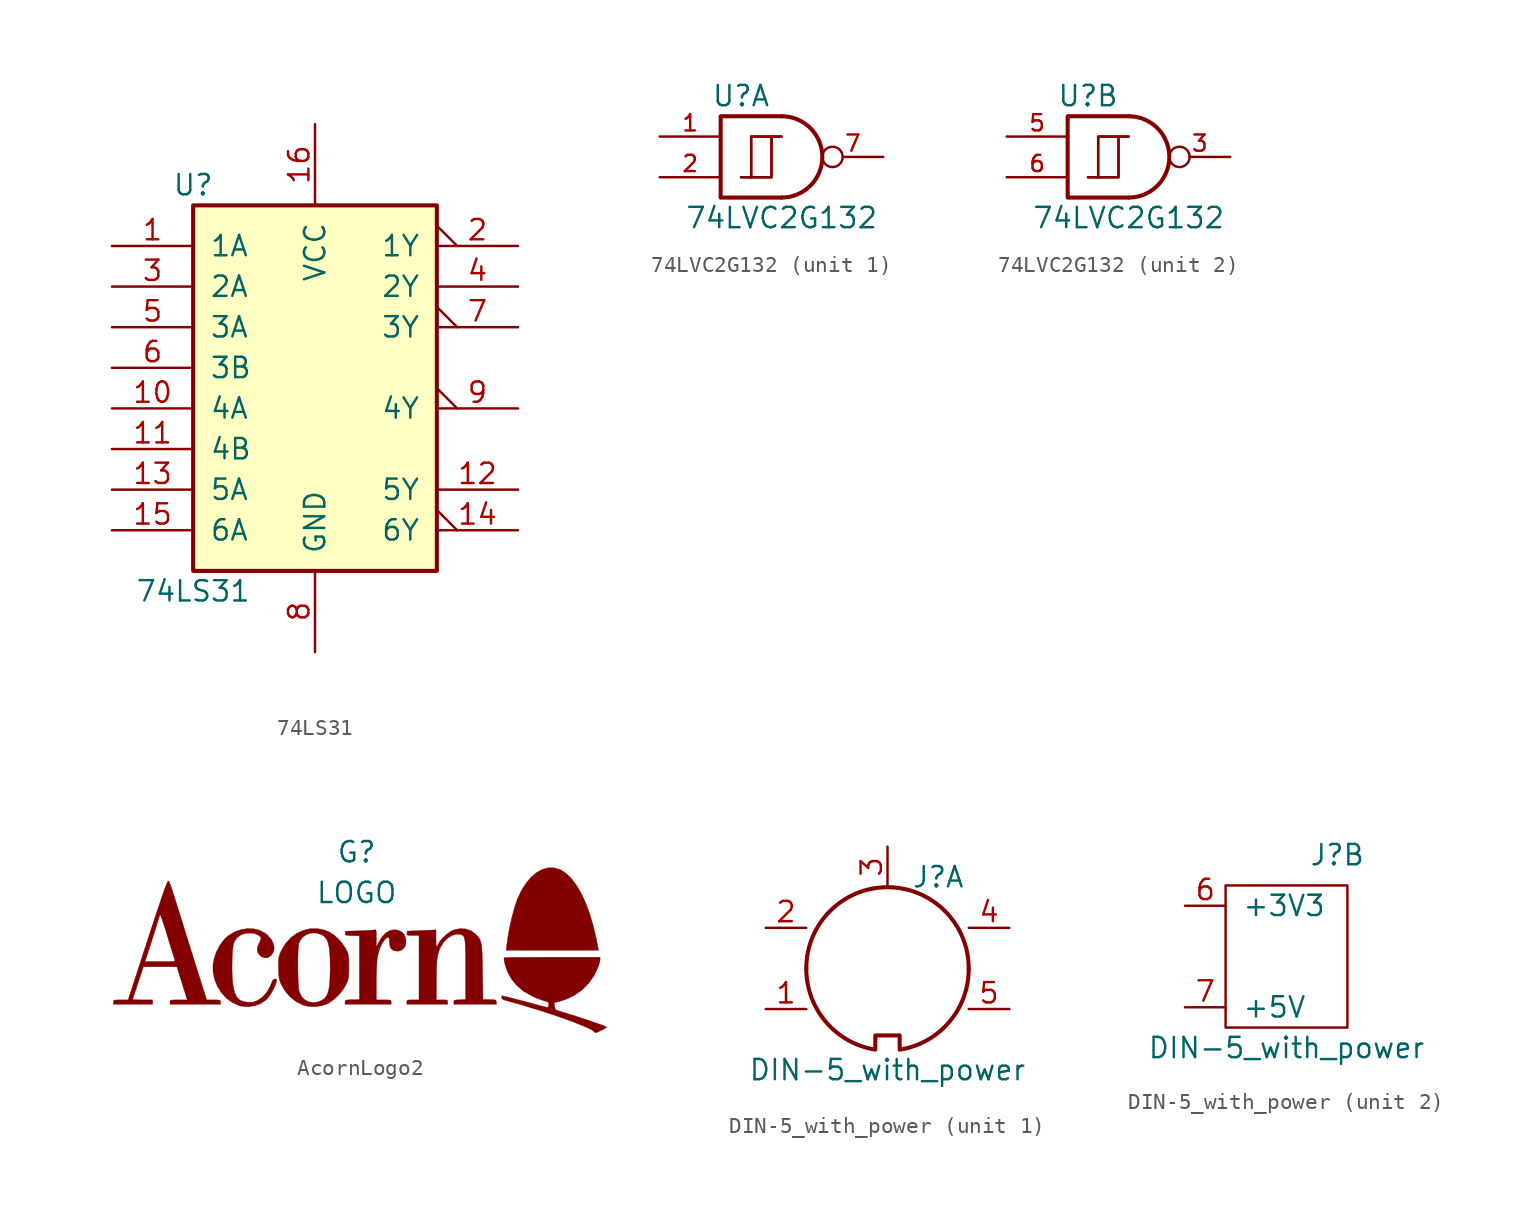
<source format=kicad_sym>
(kicad_symbol_lib
  (version 20220914)
  (generator kicad_symbol_editor)
  (symbol "74LS31"
    (pin_names
      (offset 1.016))
    (property "Reference" "U"
      (at -7.62 11.43 0)
      (effects (font (size 1.27 1.27))))
    (property "Value" "74LS31"
      (at -7.62 -13.97 0)
      (effects (font (size 1.27 1.27))))
    (symbol "74LS31_1_0"
      (pin input line (at -12.7 7.62 0) (length 5.08) (name "1A" (effects (font (size 1.27 1.27)))) (number "1" (effects (font (size 1.27 1.27)))))
      (pin input line (at -12.7 -2.54 0) (length 5.08) (name "4A" (effects (font (size 1.27 1.27)))) (number "10" (effects (font (size 1.27 1.27)))))
      (pin input line (at -12.7 -5.08 0) (length 5.08) (name "4B" (effects (font (size 1.27 1.27)))) (number "11" (effects (font (size 1.27 1.27)))))
      (pin output line (at 12.7 -7.62 180) (length 5.08) (name "5Y" (effects (font (size 1.27 1.27)))) (number "12" (effects (font (size 1.27 1.27)))))
      (pin input line (at -12.7 -7.62 0) (length 5.08) (name "5A" (effects (font (size 1.27 1.27)))) (number "13" (effects (font (size 1.27 1.27)))))
      (pin output output_low (at 12.7 -10.16 180) (length 5.08) (name "6Y" (effects (font (size 1.27 1.27)))) (number "14" (effects (font (size 1.27 1.27)))))
      (pin input line (at -12.7 -10.16 0) (length 5.08) (name "6A" (effects (font (size 1.27 1.27)))) (number "15" (effects (font (size 1.27 1.27)))))
      (pin power_in line (at 0 15.24 270) (length 5.08) (name "VCC" (effects (font (size 1.27 1.27)))) (number "16" (effects (font (size 1.27 1.27)))))
      (pin output output_low (at 12.7 7.62 180) (length 5.08) (name "1Y" (effects (font (size 1.27 1.27)))) (number "2" (effects (font (size 1.27 1.27)))))
      (pin input line (at -12.7 5.08 0) (length 5.08) (name "2A" (effects (font (size 1.27 1.27)))) (number "3" (effects (font (size 1.27 1.27)))))
      (pin output line (at 12.7 5.08 180) (length 5.08) (name "2Y" (effects (font (size 1.27 1.27)))) (number "4" (effects (font (size 1.27 1.27)))))
      (pin input line (at -12.7 2.54 0) (length 5.08) (name "3A" (effects (font (size 1.27 1.27)))) (number "5" (effects (font (size 1.27 1.27)))))
      (pin input line (at -12.7 0 0) (length 5.08) (name "3B" (effects (font (size 1.27 1.27)))) (number "6" (effects (font (size 1.27 1.27)))))
      (pin output output_low (at 12.7 2.54 180) (length 5.08) (name "3Y" (effects (font (size 1.27 1.27)))) (number "7" (effects (font (size 1.27 1.27)))))
      (pin power_in line (at 0 -17.78 90) (length 5.08) (name "GND" (effects (font (size 1.27 1.27)))) (number "8" (effects (font (size 1.27 1.27)))))
      (pin output output_low (at 12.7 -2.54 180) (length 5.08) (name "4Y" (effects (font (size 1.27 1.27)))) (number "9" (effects (font (size 1.27 1.27))))))
    (symbol "74LS31_1_1"
      (rectangle (start -7.62 10.16) (end 7.62 -12.7) (stroke (width 0.254) (type default)) (fill (type background)))))
  (symbol "74LVC2G132"
    (pin_names
      (offset 1.016))
    (property "Reference" "U"
      (at -2.54 3.81 0)
      (effects (font (size 1.27 1.27))))
    (property "Value" "74LVC2G132"
      (at 0 -3.81 0)
      (effects (font (size 1.27 1.27))))
    (symbol "74LVC2G132_0_1"
      (arc (start 0 -2.54) (mid 2.529 0) (end 0 2.54) (stroke (width 0.254) (type default)) (fill (type none)))
      (polyline (pts (xy 0 -2.54) (xy -3.81 -2.54) (xy -3.81 2.54) (xy 0 2.54)) (stroke (width 0.254) (type default)) (fill (type none)))
      (pin power_in line (at 0 -2.54 270) (length 0) hide (name "GND" (effects (font (size 1.016 1.016)))) (number "4" (effects (font (size 1.016 1.016)))))
      (pin power_in line (at 0 2.54 90) (length 0) hide (name "VCC" (effects (font (size 1.016 1.016)))) (number "8" (effects (font (size 1.016 1.016))))))
    (symbol "74LVC2G132_1_1"
      (polyline (pts (xy -1.905 -1.27) (xy -1.905 1.27) (xy -0.635 1.27)) (stroke (width 0) (type default)) (fill (type none)))
      (polyline (pts (xy -1.905 -1.27) (xy -1.905 1.27) (xy -0.635 1.27)) (stroke (width 0) (type default)) (fill (type none)))
      (polyline (pts (xy -2.54 -1.27) (xy -0.635 -1.27) (xy -0.635 1.27) (xy 0 1.27)) (stroke (width 0) (type default)) (fill (type none)))
      (polyline (pts (xy -2.54 -1.27) (xy -0.635 -1.27) (xy -0.635 1.27) (xy 0 1.27)) (stroke (width 0) (type default)) (fill (type none)))
      (pin input line (at -7.62 1.27 0) (length 3.81) (name "~" (effects (font (size 1.016 1.016)))) (number "1" (effects (font (size 1.016 1.016)))))
      (pin input line (at -7.62 -1.27 0) (length 3.81) (name "~" (effects (font (size 1.016 1.016)))) (number "2" (effects (font (size 1.016 1.016)))))
      (pin output inverted (at 6.35 0 180) (length 3.81) (name "~" (effects (font (size 1.016 1.016)))) (number "7" (effects (font (size 1.016 1.016))))))
    (symbol "74LVC2G132_2_1"
      (polyline (pts (xy -1.905 -1.27) (xy -1.905 1.27) (xy -0.635 1.27)) (stroke (width 0) (type default)) (fill (type none)))
      (polyline (pts (xy -1.905 -1.27) (xy -1.905 1.27) (xy -0.635 1.27)) (stroke (width 0) (type default)) (fill (type none)))
      (polyline (pts (xy -2.54 -1.27) (xy -0.635 -1.27) (xy -0.635 1.27) (xy 0 1.27)) (stroke (width 0) (type default)) (fill (type none)))
      (polyline (pts (xy -2.54 -1.27) (xy -0.635 -1.27) (xy -0.635 1.27) (xy 0 1.27)) (stroke (width 0) (type default)) (fill (type none)))
      (pin output inverted (at 6.35 0 180) (length 3.81) (name "~" (effects (font (size 1.016 1.016)))) (number "3" (effects (font (size 1.016 1.016)))))
      (pin input line (at -7.62 1.27 0) (length 3.81) (name "~" (effects (font (size 1.016 1.016)))) (number "5" (effects (font (size 1.016 1.016)))))
      (pin input line (at -7.62 -1.27 0) (length 3.81) (name "~" (effects (font (size 1.016 1.016)))) (number "6" (effects (font (size 1.016 1.016)))))))
  (symbol "AcornLogo2"
    (pin_names
      (offset 1.016))
    (property "Reference" "G"
      (at -0.635 6.35 0)
      (effects (font (size 1.27 1.27))))
    (property "Value" "LOGO"
      (at -0.635 3.81 0)
      (effects (font (size 1.27 1.27))))
    (symbol "AcornLogo2_0_0"
      (polyline (pts (xy 14.437 0.421) (xy 14.346 0.906) (xy 14.159 1.713) (xy 13.94 2.457) (xy 13.692 3.131) (xy 13.419 3.728) (xy 13.123 4.243) (xy 12.808 4.669) (xy 12.477 4.999) (xy 12.132 5.228) (xy 12.037 5.271) (xy 11.674 5.369) (xy 11.307 5.364) (xy 10.944 5.261) (xy 10.592 5.063) (xy 10.256 4.775) (xy 9.943 4.402) (xy 9.66 3.948) (xy 9.412 3.417) (xy 9.374 3.316) (xy 9.217 2.846) (xy 9.069 2.3) (xy 8.935 1.706) (xy 8.822 1.089) (xy 8.735 0.476) (xy 8.704 0.217) (xy 11.588 0.217) (xy 14.473 0.217) (xy 14.437 0.421)) (stroke (width 0.01) (type default)) (fill (type outline)))
      (polyline (pts (xy 1.523 -3.019) (xy 1.519 -2.953) (xy 1.492 -2.913) (xy 1.421 -2.892) (xy 1.284 -2.884) (xy 1.061 -2.883) (xy 0.598 -2.883) (xy 0.598 -1.799) (xy 0.601 -1.448) (xy 0.609 -1.087) (xy 0.622 -0.756) (xy 0.638 -0.481) (xy 0.656 -0.289) (xy 0.705 -0.025) (xy 0.815 0.338) (xy 0.96 0.65) (xy 1.128 0.884) (xy 1.151 0.908) (xy 1.277 1.013) (xy 1.358 1.023) (xy 1.401 0.934) (xy 1.414 0.742) (xy 1.437 0.493) (xy 1.519 0.305) (xy 1.666 0.197) (xy 1.885 0.163) (xy 2.008 0.169) (xy 2.154 0.214) (xy 2.288 0.322) (xy 2.322 0.357) (xy 2.402 0.466) (xy 2.439 0.592) (xy 2.447 0.78) (xy 2.438 0.928) (xy 2.356 1.179) (xy 2.191 1.36) (xy 1.943 1.473) (xy 1.757 1.501) (xy 1.474 1.46) (xy 1.21 1.318) (xy 0.97 1.08) (xy 0.764 0.749) (xy 0.598 0.418) (xy 0.598 0.976) (xy 0.598 0.996) (xy 0.597 1.24) (xy 0.589 1.394) (xy 0.574 1.477) (xy 0.546 1.505) (xy 0.503 1.496) (xy 0.465 1.488) (xy 0.325 1.473) (xy 0.11 1.458) (xy -0.159 1.445) (xy -0.462 1.434) (xy -1.333 1.41) (xy -1.349 1.278) (xy -1.354 1.219) (xy -1.334 1.177) (xy -1.268 1.153) (xy -1.135 1.14) (xy -0.914 1.131) (xy -0.462 1.115) (xy -0.462 -0.87) (xy -0.462 -2.856) (xy -0.911 -2.871) (xy -1.101 -2.879) (xy -1.247 -2.891) (xy -1.324 -2.914) (xy -1.355 -2.955) (xy -1.36 -3.021) (xy -1.36 -3.155) (xy 0.082 -3.155) (xy 1.523 -3.155) (xy 1.523 -3.019)) (stroke (width 0.01) (type default)) (fill (type outline)))
      (polyline (pts (xy -6.979 -3.248) (xy -6.598 -3.097) (xy -6.271 -2.866) (xy -6.173 -2.761) (xy -6.007 -2.531) (xy -5.848 -2.257) (xy -5.717 -1.976) (xy -5.635 -1.727) (xy -5.621 -1.655) (xy -5.64 -1.591) (xy -5.731 -1.577) (xy -5.772 -1.581) (xy -5.842 -1.618) (xy -5.905 -1.714) (xy -5.979 -1.892) (xy -6.016 -1.988) (xy -6.225 -2.374) (xy -6.489 -2.682) (xy -6.799 -2.901) (xy -6.904 -2.953) (xy -7.069 -3.015) (xy -7.231 -3.037) (xy -7.444 -3.029) (xy -7.464 -3.027) (xy -7.739 -2.978) (xy -7.955 -2.873) (xy -8.121 -2.704) (xy -8.243 -2.46) (xy -8.329 -2.13) (xy -8.386 -1.703) (xy -8.399 -1.538) (xy -8.413 -1.211) (xy -8.418 -0.852) (xy -8.414 -0.484) (xy -8.402 -0.13) (xy -8.383 0.186) (xy -8.356 0.441) (xy -8.324 0.61) (xy -8.273 0.745) (xy -8.099 0.999) (xy -7.856 1.18) (xy -7.555 1.28) (xy -7.211 1.29) (xy -7.154 1.283) (xy -6.902 1.222) (xy -6.715 1.123) (xy -6.613 0.999) (xy -6.61 0.959) (xy -6.644 0.836) (xy -6.717 0.684) (xy -6.828 0.422) (xy -6.841 0.182) (xy -6.759 -0.023) (xy -6.582 -0.181) (xy -6.371 -0.263) (xy -6.169 -0.244) (xy -5.983 -0.117) (xy -5.98 -0.114) (xy -5.831 0.105) (xy -5.78 0.354) (xy -5.826 0.622) (xy -5.965 0.895) (xy -6.197 1.161) (xy -6.335 1.275) (xy -6.676 1.458) (xy -7.059 1.557) (xy -7.467 1.571) (xy -7.885 1.501) (xy -8.294 1.347) (xy -8.678 1.109) (xy -8.914 0.888) (xy -9.167 0.551) (xy -9.377 0.158) (xy -9.529 -0.262) (xy -9.608 -0.68) (xy -9.605 -1.132) (xy -9.511 -1.598) (xy -9.332 -2.038) (xy -9.08 -2.439) (xy -8.764 -2.783) (xy -8.394 -3.055) (xy -7.98 -3.239) (xy -7.796 -3.284) (xy -7.386 -3.312) (xy -6.979 -3.248)) (stroke (width 0.01) (type default)) (fill (type outline)))
      (polyline (pts (xy -2.817 -3.248) (xy -2.476 -3.135) (xy -2.343 -3.065) (xy -2.036 -2.846) (xy -1.74 -2.563) (xy -1.482 -2.245) (xy -1.29 -1.92) (xy -1.279 -1.896) (xy -1.212 -1.748) (xy -1.166 -1.621) (xy -1.138 -1.49) (xy -1.123 -1.33) (xy -1.117 -1.113) (xy -1.115 -0.813) (xy -1.115 -0.712) (xy -1.117 -0.442) (xy -1.125 -0.248) (xy -1.142 -0.104) (xy -1.174 0.016) (xy -1.225 0.138) (xy -1.299 0.287) (xy -1.336 0.356) (xy -1.535 0.65) (xy -1.783 0.933) (xy -2.053 1.175) (xy -2.314 1.345) (xy -2.623 1.473) (xy -3.075 1.569) (xy -3.525 1.565) (xy -3.962 1.467) (xy -4.372 1.278) (xy -4.745 1.004) (xy -5.066 0.65) (xy -5.325 0.219) (xy -5.396 0.067) (xy -5.456 -0.078) (xy -5.492 -0.211) (xy -5.511 -0.363) (xy -5.518 -0.564) (xy -5.518 -0.729) (xy -4.305 -0.729) (xy -4.303 -0.359) (xy -4.295 -0.015) (xy -4.282 0.28) (xy -4.263 0.507) (xy -4.238 0.646) (xy -4.175 0.797) (xy -3.995 1.033) (xy -3.754 1.2) (xy -3.469 1.289) (xy -3.162 1.292) (xy -2.85 1.202) (xy -2.795 1.174) (xy -2.642 1.066) (xy -2.521 0.916) (xy -2.428 0.714) (xy -2.362 0.447) (xy -2.319 0.107) (xy -2.295 -0.32) (xy -2.288 -0.843) (xy -2.29 -1.125) (xy -2.304 -1.594) (xy -2.334 -1.973) (xy -2.382 -2.273) (xy -2.453 -2.506) (xy -2.549 -2.684) (xy -2.672 -2.819) (xy -2.827 -2.921) (xy -3.022 -3.003) (xy -3.329 -3.051) (xy -3.62 -3.005) (xy -3.877 -2.871) (xy -4.082 -2.657) (xy -4.218 -2.368) (xy -4.236 -2.287) (xy -4.26 -2.082) (xy -4.278 -1.804) (xy -4.292 -1.472) (xy -4.301 -1.107) (xy -4.305 -0.729) (xy -5.518 -0.729) (xy -5.518 -0.843) (xy -5.516 -1.054) (xy -5.506 -1.302) (xy -5.485 -1.49) (xy -5.448 -1.649) (xy -5.392 -1.808) (xy -5.355 -1.896) (xy -5.108 -2.33) (xy -4.783 -2.705) (xy -4.394 -3.007) (xy -3.957 -3.219) (xy -3.923 -3.231) (xy -3.582 -3.298) (xy -3.2 -3.303) (xy -2.817 -3.248)) (stroke (width 0.01) (type default)) (fill (type outline)))
      (polyline (pts (xy 14.345 -4.923) (xy 14.465 -4.873) (xy 14.662 -4.785) (xy 14.681 -4.776) (xy 14.855 -4.688) (xy 14.96 -4.617) (xy 14.98 -4.572) (xy 14.949 -4.556) (xy 14.826 -4.506) (xy 14.626 -4.432) (xy 14.363 -4.339) (xy 14.056 -4.233) (xy 13.719 -4.119) (xy 13.369 -4.003) (xy 13.022 -3.89) (xy 12.694 -3.785) (xy 12.401 -3.695) (xy 12.207 -3.635) (xy 12.004 -3.569) (xy 11.859 -3.518) (xy 11.796 -3.489) (xy 11.792 -3.483) (xy 11.761 -3.398) (xy 11.733 -3.26) (xy 11.704 -3.066) (xy 12.066 -2.971) (xy 12.466 -2.841) (xy 13.007 -2.576) (xy 13.486 -2.23) (xy 13.896 -1.81) (xy 14.227 -1.326) (xy 14.469 -0.785) (xy 14.514 -0.642) (xy 14.559 -0.465) (xy 14.576 -0.345) (xy 14.576 -0.218) (xy 11.594 -0.218) (xy 11.258 -0.218) (xy 10.717 -0.219) (xy 10.216 -0.221) (xy 9.763 -0.224) (xy 9.369 -0.227) (xy 9.044 -0.231) (xy 8.798 -0.236) (xy 8.641 -0.241) (xy 8.583 -0.246) (xy 8.572 -0.271) (xy 8.574 -0.388) (xy 8.609 -0.569) (xy 8.671 -0.788) (xy 8.752 -1.021) (xy 8.847 -1.242) (xy 9.012 -1.539) (xy 9.349 -1.966) (xy 9.773 -2.329) (xy 10.28 -2.625) (xy 10.417 -2.689) (xy 10.673 -2.798) (xy 10.907 -2.888) (xy 11.082 -2.942) (xy 11.193 -2.971) (xy 11.307 -3.015) (xy 11.357 -3.072) (xy 11.367 -3.162) (xy 11.355 -3.27) (xy 11.319 -3.342) (xy 11.301 -3.345) (xy 11.196 -3.333) (xy 11.025 -3.296) (xy 10.815 -3.24) (xy 10.624 -3.186) (xy 10.358 -3.113) (xy 10.058 -3.032) (xy 9.74 -2.947) (xy 9.423 -2.864) (xy 9.123 -2.787) (xy 8.859 -2.72) (xy 8.648 -2.667) (xy 8.506 -2.635) (xy 8.452 -2.626) (xy 8.443 -2.65) (xy 8.422 -2.741) (xy 8.424 -2.789) (xy 8.47 -2.839) (xy 8.584 -2.889) (xy 8.784 -2.948) (xy 8.818 -2.957) (xy 9.455 -3.136) (xy 10.089 -3.323) (xy 10.71 -3.514) (xy 11.311 -3.706) (xy 11.88 -3.897) (xy 12.409 -4.082) (xy 12.889 -4.258) (xy 13.309 -4.423) (xy 13.663 -4.572) (xy 13.939 -4.702) (xy 14.128 -4.811) (xy 14.222 -4.894) (xy 14.227 -4.901) (xy 14.248 -4.932) (xy 14.28 -4.941) (xy 14.345 -4.923)) (stroke (width 0.01) (type default)) (fill (type outline)))
      (polyline (pts (xy 5.058 -3.019) (xy 5.058 -2.996) (xy 5.047 -2.933) (xy 5.001 -2.898) (xy 4.895 -2.885) (xy 4.705 -2.883) (xy 4.351 -2.883) (xy 4.351 -1.643) (xy 4.352 -1.331) (xy 4.359 -0.909) (xy 4.374 -0.569) (xy 4.4 -0.293) (xy 4.44 -0.064) (xy 4.495 0.134) (xy 4.569 0.318) (xy 4.664 0.505) (xy 4.839 0.76) (xy 5.07 0.982) (xy 5.325 1.139) (xy 5.585 1.22) (xy 5.829 1.21) (xy 5.876 1.197) (xy 5.954 1.168) (xy 6.017 1.124) (xy 6.067 1.056) (xy 6.104 0.951) (xy 6.132 0.801) (xy 6.151 0.594) (xy 6.163 0.321) (xy 6.169 -0.03) (xy 6.172 -0.469) (xy 6.173 -1.006) (xy 6.173 -2.856) (xy 5.806 -2.872) (xy 5.743 -2.874) (xy 5.574 -2.886) (xy 5.483 -2.908) (xy 5.446 -2.95) (xy 5.439 -3.021) (xy 5.439 -3.155) (xy 6.775 -3.155) (xy 8.111 -3.155) (xy 8.094 -3.011) (xy 8.087 -2.962) (xy 8.062 -2.909) (xy 8 -2.88) (xy 7.877 -2.867) (xy 7.669 -2.862) (xy 7.261 -2.856) (xy 7.234 -1.142) (xy 7.234 -1.119) (xy 7.225 -0.611) (xy 7.215 -0.197) (xy 7.202 0.133) (xy 7.183 0.394) (xy 7.157 0.596) (xy 7.121 0.754) (xy 7.073 0.879) (xy 7.011 0.985) (xy 6.933 1.085) (xy 6.837 1.19) (xy 6.791 1.235) (xy 6.5 1.442) (xy 6.164 1.554) (xy 5.798 1.569) (xy 5.412 1.483) (xy 5.211 1.381) (xy 4.983 1.214) (xy 4.762 1.011) (xy 4.579 0.799) (xy 4.464 0.608) (xy 4.456 0.59) (xy 4.4 0.48) (xy 4.358 0.435) (xy 4.349 0.456) (xy 4.336 0.562) (xy 4.327 0.74) (xy 4.324 0.965) (xy 4.324 1.496) (xy 4.188 1.486) (xy 4.171 1.485) (xy 4.043 1.479) (xy 3.838 1.469) (xy 3.579 1.458) (xy 3.291 1.446) (xy 2.529 1.415) (xy 2.512 1.278) (xy 2.507 1.236) (xy 2.516 1.183) (xy 2.566 1.155) (xy 2.679 1.144) (xy 2.879 1.142) (xy 3.263 1.142) (xy 3.263 -0.87) (xy 3.263 -2.883) (xy 2.883 -2.883) (xy 2.781 -2.883) (xy 2.623 -2.888) (xy 2.54 -2.907) (xy 2.507 -2.948) (xy 2.502 -3.019) (xy 2.502 -3.155) (xy 3.78 -3.155) (xy 5.058 -3.155) (xy 5.058 -3.019)) (stroke (width 0.01) (type default)) (fill (type outline)))
      (polyline (pts (xy -13.38 -3.019) (xy -13.38 -2.883) (xy -14.011 -2.883) (xy -14.115 -2.882) (xy -14.364 -2.878) (xy -14.523 -2.866) (xy -14.602 -2.845) (xy -14.617 -2.815) (xy -14.593 -2.745) (xy -14.541 -2.59) (xy -14.466 -2.365) (xy -14.375 -2.09) (xy -14.273 -1.781) (xy -13.953 -0.816) (xy -12.908 -0.816) (xy -11.863 -0.816) (xy -11.664 -1.455) (xy -11.592 -1.685) (xy -11.497 -1.99) (xy -11.409 -2.271) (xy -11.341 -2.488) (xy -11.216 -2.883) (xy -11.754 -2.883) (xy -11.875 -2.883) (xy -12.079 -2.885) (xy -12.202 -2.895) (xy -12.265 -2.917) (xy -12.289 -2.957) (xy -12.292 -3.019) (xy -12.292 -3.155) (xy -10.715 -3.155) (xy -9.137 -3.155) (xy -9.137 -3.019) (xy -9.14 -2.962) (xy -9.162 -2.917) (xy -9.226 -2.893) (xy -9.354 -2.884) (xy -9.569 -2.883) (xy -10 -2.883) (xy -10.271 -2.026) (xy -10.277 -2.009) (xy -10.358 -1.752) (xy -10.465 -1.411) (xy -10.593 -1.002) (xy -10.737 -0.544) (xy -10.89 -0.054) (xy -11.048 0.45) (xy -11.204 0.952) (xy -11.304 1.272) (xy -11.508 1.925) (xy -11.683 2.485) (xy -11.832 2.959) (xy -11.956 3.354) (xy -12.059 3.677) (xy -12.142 3.935) (xy -12.209 4.136) (xy -12.261 4.287) (xy -12.301 4.395) (xy -12.332 4.467) (xy -12.355 4.51) (xy -12.373 4.532) (xy -12.39 4.54) (xy -12.406 4.542) (xy -12.42 4.532) (xy -12.451 4.482) (xy -12.495 4.383) (xy -12.556 4.233) (xy -12.633 4.025) (xy -12.729 3.755) (xy -12.845 3.419) (xy -12.983 3.012) (xy -13.144 2.53) (xy -13.33 1.966) (xy -13.543 1.318) (xy -13.784 0.581) (xy -14.055 -0.252) (xy -14.132 -0.489) (xy -13.861 -0.489) (xy -13.786 -0.286) (xy -13.764 -0.223) (xy -13.705 -0.049) (xy -13.626 0.194) (xy -13.531 0.486) (xy -13.429 0.808) (xy -13.323 1.141) (xy -13.221 1.466) (xy -13.129 1.763) (xy -13.051 2.015) (xy -12.996 2.2) (xy -12.967 2.302) (xy -12.966 2.305) (xy -12.928 2.398) (xy -12.887 2.411) (xy -12.866 2.362) (xy -12.815 2.221) (xy -12.742 2.002) (xy -12.65 1.721) (xy -12.546 1.391) (xy -12.433 1.027) (xy -12.337 0.714) (xy -12.232 0.373) (xy -12.139 0.076) (xy -12.065 -0.162) (xy -12.013 -0.326) (xy -11.988 -0.4) (xy -11.983 -0.418) (xy -11.995 -0.446) (xy -12.044 -0.465) (xy -12.146 -0.478) (xy -12.315 -0.485) (xy -12.564 -0.489) (xy -12.907 -0.489) (xy -13.861 -0.489) (xy -14.132 -0.489) (xy -14.357 -1.183) (xy -14.908 -2.883) (xy -15.368 -2.883) (xy -15.586 -2.884) (xy -15.724 -2.892) (xy -15.796 -2.912) (xy -15.823 -2.953) (xy -15.827 -3.019) (xy -15.827 -3.155) (xy -14.604 -3.155) (xy -13.38 -3.155) (xy -13.38 -3.019)) (stroke (width 0.01) (type default)) (fill (type outline)))))
  (symbol "DIN-5_with_power"
    (pin_names
      (offset 1.016))
    (property "Reference" "J"
      (at 3.175 5.715 0)
      (effects (font (size 1.27 1.27))))
    (property "Value" "DIN-5_with_power"
      (at 0 -6.35 0)
      (effects (font (size 1.27 1.27))))
    (property "ki_locked" ""
      (at 0 0 0)
      (effects (font (size 1.27 1.27))))
    (symbol "DIN-5_with_power_1_1"
      (arc (start -5.08 0) (mid -3.8609 -3.3364) (end -0.762 -5.08) (stroke (width 0.254) (type default)) (fill (type none)))
      (polyline (pts (xy -0.762 -4.953) (xy -0.762 -4.191) (xy 0.762 -4.191) (xy 0.762 -4.953)) (stroke (width 0.254) (type default)) (fill (type none)))
      (arc (start 0.762 -5.08) (mid 3.8685 -3.343) (end 5.08 0) (stroke (width 0.254) (type default)) (fill (type none)))
      (arc (start 5.08 0) (mid 0 5.0579) (end -5.08 0) (stroke (width 0.254) (type default)) (fill (type none)))
      (pin passive line (at -7.62 -2.54 0) (length 2.54) (name "~" (effects (font (size 1.27 1.27)))) (number "1" (effects (font (size 1.27 1.27)))))
      (pin passive line (at -7.62 2.54 0) (length 2.54) (name "~" (effects (font (size 1.27 1.27)))) (number "2" (effects (font (size 1.27 1.27)))))
      (pin passive line (at 0 7.62 270) (length 2.54) (name "~" (effects (font (size 1.27 1.27)))) (number "3" (effects (font (size 1.27 1.27)))))
      (pin passive line (at 7.62 2.54 180) (length 2.54) (name "~" (effects (font (size 1.27 1.27)))) (number "4" (effects (font (size 1.27 1.27)))))
      (pin passive line (at 7.62 -2.54 180) (length 2.54) (name "~" (effects (font (size 1.27 1.27)))) (number "5" (effects (font (size 1.27 1.27))))))
    (symbol "DIN-5_with_power_2_1"
      (rectangle (start -3.81 3.81) (end 3.81 -5.08) (stroke (width 0) (type default)) (fill (type none)))
      (pin power_in line (at -6.35 2.54 0) (length 2.54) (name "+3V3" (effects (font (size 1.27 1.27)))) (number "6" (effects (font (size 1.27 1.27)))))
      (pin power_in line (at -6.35 -3.81 0) (length 2.54) (name "+5V" (effects (font (size 1.27 1.27)))) (number "7" (effects (font (size 1.27 1.27))))))))
</source>
